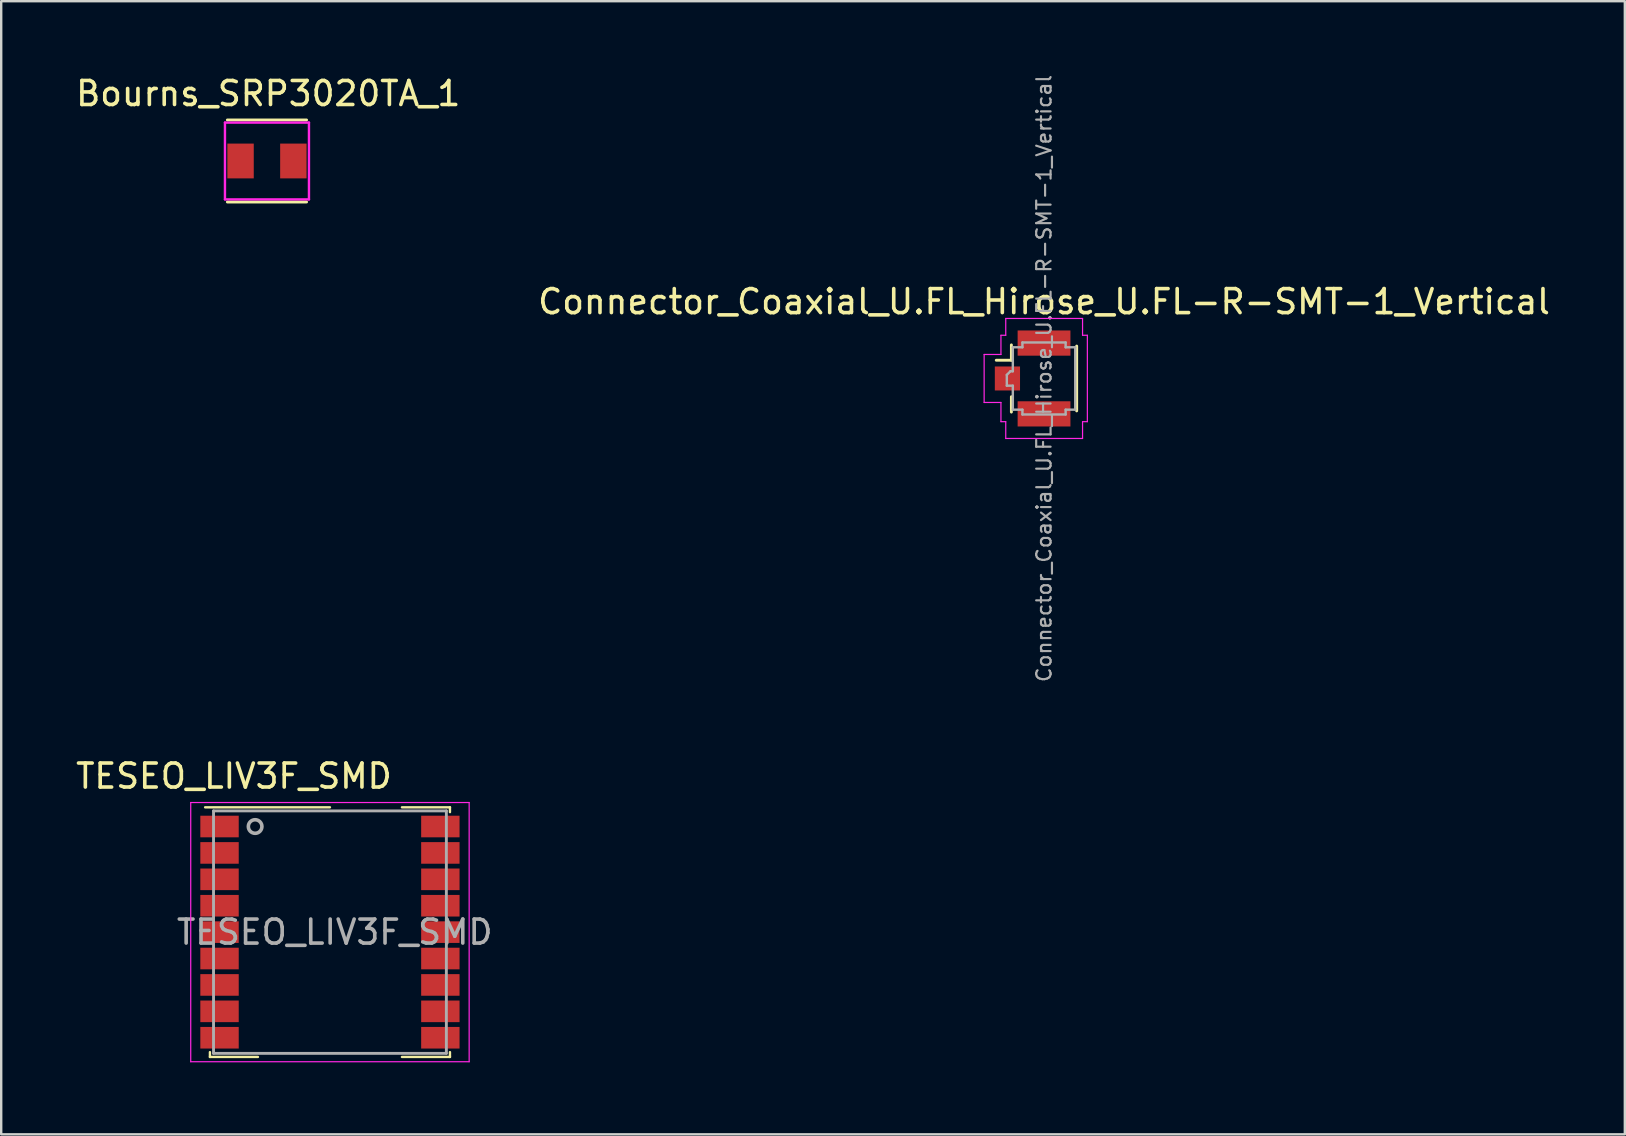
<source format=kicad_pcb>
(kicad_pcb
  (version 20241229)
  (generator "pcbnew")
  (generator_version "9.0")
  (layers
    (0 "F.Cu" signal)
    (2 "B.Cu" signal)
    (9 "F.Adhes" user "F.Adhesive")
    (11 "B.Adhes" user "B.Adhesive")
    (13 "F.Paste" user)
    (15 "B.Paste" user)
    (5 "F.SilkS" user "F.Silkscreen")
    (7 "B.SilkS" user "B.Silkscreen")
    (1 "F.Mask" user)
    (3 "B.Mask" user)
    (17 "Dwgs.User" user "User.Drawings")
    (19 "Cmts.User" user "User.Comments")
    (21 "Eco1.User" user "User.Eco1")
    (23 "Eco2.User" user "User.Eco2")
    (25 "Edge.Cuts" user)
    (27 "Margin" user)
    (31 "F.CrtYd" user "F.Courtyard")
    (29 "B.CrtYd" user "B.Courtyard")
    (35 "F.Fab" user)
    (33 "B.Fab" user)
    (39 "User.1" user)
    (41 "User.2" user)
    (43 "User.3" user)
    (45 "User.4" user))
  (footprint "Bourns_SRP3020TA_1"
    (layer "F.Cu")
    (at 8.072 3.657)
    (property "Reference" "Bourns_SRP3020TA_1" (at 0.053 -2.809 0) (layer "F.SilkS") (effects (font (size 1 1) (thickness 0.15))))
    (attr through_hole)
    (fp_line (start -1.65 -1.709) (end 1.65 -1.709) (stroke (width 0.12) (type solid)) (layer "F.SilkS"))
    (fp_line (start -1.65 1.709) (end 1.65 1.709) (stroke (width 0.12) (type solid)) (layer "F.SilkS"))
    (fp_line (start -1.75 -1.6) (end -1.75 1.6) (stroke (width 0.1) (type solid)) (layer "F.CrtYd"))
    (fp_line (start -1.75 -1.6) (end 1.75 -1.6) (stroke (width 0.1) (type solid)) (layer "F.CrtYd"))
    (fp_line (start -1.75 1.6) (end 1.75 1.6) (stroke (width 0.1) (type solid)) (layer "F.CrtYd"))
    (fp_line (start 1.75 -1.6) (end 1.75 1.6) (stroke (width 0.1) (type solid)) (layer "F.CrtYd"))
    (pad "1" smd rect (at -1.1 0) (size 1.1 1.45) (layers "F.Cu" "F.Mask" "F.Paste"))
    (pad "2" smd rect (at 1.1 0) (size 1.1 1.45) (layers "F.Cu" "F.Mask" "F.Paste")))
  (footprint "Connector_Coaxial_U.FL_Hirose_U.FL-R-SMT-1_Vertical"
    (layer "F.Cu")
    (at 39.971 12.718)
    (property "Reference" "Connector_Coaxial_U.FL_Hirose_U.FL-R-SMT-1_Vertical" (at 0.475 -3.2 0) (layer "F.SilkS") (effects (font (size 1 1) (thickness 0.15))))
    (attr smd)
    (fp_line (start -0.885 -1.4) (end -0.885 -0.76) (stroke (width 0.12) (type solid)) (layer "F.SilkS"))
    (fp_line (start -0.885 -0.76) (end -1.515 -0.76) (stroke (width 0.12) (type solid)) (layer "F.SilkS"))
    (fp_line (start -0.885 1.4) (end -0.885 0.76) (stroke (width 0.12) (type solid)) (layer "F.SilkS"))
    (fp_line (start 1.835 -1.35) (end 1.835 1.35) (stroke (width 0.12) (type solid)) (layer "F.SilkS"))
    (fp_line (start -2.02 1) (end -2.02 -1) (stroke (width 0.05) (type solid)) (layer "F.CrtYd"))
    (fp_line (start -1.32 -1.8) (end -1.12 -1.8) (stroke (width 0.05) (type solid)) (layer "F.CrtYd"))
    (fp_line (start -1.32 -1) (end -2.02 -1) (stroke (width 0.05) (type solid)) (layer "F.CrtYd"))
    (fp_line (start -1.32 -1) (end -1.32 -1.8) (stroke (width 0.05) (type solid)) (layer "F.CrtYd"))
    (fp_line (start -1.32 1) (end -2.02 1) (stroke (width 0.05) (type solid)) (layer "F.CrtYd"))
    (fp_line (start -1.32 1.8) (end -1.32 1) (stroke (width 0.05) (type solid)) (layer "F.CrtYd"))
    (fp_line (start -1.32 1.8) (end -1.12 1.8) (stroke (width 0.05) (type solid)) (layer "F.CrtYd"))
    (fp_line (start -1.12 -1.8) (end -1.12 -2.5) (stroke (width 0.05) (type solid)) (layer "F.CrtYd"))
    (fp_line (start -1.12 2.5) (end -1.12 1.8) (stroke (width 0.05) (type solid)) (layer "F.CrtYd"))
    (fp_line (start 2.08 -2.5) (end -1.12 -2.5) (stroke (width 0.05) (type solid)) (layer "F.CrtYd"))
    (fp_line (start 2.08 -1.8) (end 2.08 -2.5) (stroke (width 0.05) (type solid)) (layer "F.CrtYd"))
    (fp_line (start 2.08 -1.8) (end 2.28 -1.8) (stroke (width 0.05) (type solid)) (layer "F.CrtYd"))
    (fp_line (start 2.08 1.8) (end 2.28 1.8) (stroke (width 0.05) (type solid)) (layer "F.CrtYd"))
    (fp_line (start 2.08 2.5) (end -1.12 2.5) (stroke (width 0.05) (type solid)) (layer "F.CrtYd"))
    (fp_line (start 2.08 2.5) (end 2.08 1.8) (stroke (width 0.05) (type solid)) (layer "F.CrtYd"))
    (fp_line (start 2.28 1.8) (end 2.28 -1.8) (stroke (width 0.05) (type solid)) (layer "F.CrtYd"))
    (fp_line (start -1.075 0.3) (end -1.075 -0.15) (stroke (width 0.1) (type solid)) (layer "F.Fab"))
    (fp_line (start -1.075 0.3) (end -0.825 0.3) (stroke (width 0.1) (type solid)) (layer "F.Fab"))
    (fp_line (start -0.925 -0.3) (end -1.075 -0.15) (stroke (width 0.1) (type solid)) (layer "F.Fab"))
    (fp_line (start -0.925 -0.3) (end -0.825 -0.3) (stroke (width 0.1) (type solid)) (layer "F.Fab"))
    (fp_line (start -0.825 -0.3) (end -0.825 -1.3) (stroke (width 0.1) (type solid)) (layer "F.Fab"))
    (fp_line (start -0.825 0.3) (end -0.825 1.3) (stroke (width 0.1) (type solid)) (layer "F.Fab"))
    (fp_line (start -0.425 -1.5) (end -0.425 -1.3) (stroke (width 0.1) (type solid)) (layer "F.Fab"))
    (fp_line (start -0.425 -1.5) (end 1.375 -1.5) (stroke (width 0.1) (type solid)) (layer "F.Fab"))
    (fp_line (start -0.425 -1.3) (end -0.825 -1.3) (stroke (width 0.1) (type solid)) (layer "F.Fab"))
    (fp_line (start -0.425 1.3) (end -0.825 1.3) (stroke (width 0.1) (type solid)) (layer "F.Fab"))
    (fp_line (start -0.425 1.5) (end -0.425 1.3) (stroke (width 0.1) (type solid)) (layer "F.Fab"))
    (fp_line (start -0.425 1.5) (end 1.375 1.5) (stroke (width 0.1) (type solid)) (layer "F.Fab"))
    (fp_line (start 1.375 -1.5) (end 1.375 -1.3) (stroke (width 0.1) (type solid)) (layer "F.Fab"))
    (fp_line (start 1.375 1.5) (end 1.375 1.3) (stroke (width 0.1) (type solid)) (layer "F.Fab"))
    (fp_line (start 1.775 -1.3) (end 1.375 -1.3) (stroke (width 0.1) (type solid)) (layer "F.Fab"))
    (fp_line (start 1.775 -1.3) (end 1.775 1.3) (stroke (width 0.1) (type solid)) (layer "F.Fab"))
    (fp_line (start 1.775 1.3) (end 1.375 1.3) (stroke (width 0.1) (type solid)) (layer "F.Fab"))
    (fp_text user "${REFERENCE}" (at 0.475 0 90) (layer "F.Fab") (effects (font (size 0.6 0.6) (thickness 0.09))))
    (pad "1" smd rect (at -1.05 0) (size 1.05 1) (layers "F.Cu" "F.Mask" "F.Paste"))
    (pad "2" smd rect (at 0.475 -1.475) (size 2.2 1.05) (layers "F.Cu" "F.Mask" "F.Paste"))
    (pad "2" smd rect (at 0.475 1.475) (size 2.2 1.05) (layers "F.Cu" "F.Mask" "F.Paste")))
  (footprint "TESEO_LIV3F_SMD"
    (layer "F.Cu")
    (at 10.696 35.784)
    (property "Reference" "TESEO_LIV3F_SMD" (at -4 -6.5 0) (layer "F.SilkS") (effects (font (size 1 1) (thickness 0.15))))
    (attr smd)
    (fp_line (start -5.2 -5.2) (end 0 -5.2) (stroke (width 0.1) (type solid)) (layer "F.SilkS"))
    (fp_line (start -5 5.2) (end -5 5) (stroke (width 0.1) (type solid)) (layer "F.SilkS"))
    (fp_line (start -5 5.2) (end -3 5.2) (stroke (width 0.1) (type solid)) (layer "F.SilkS"))
    (fp_line (start 3 -5.2) (end 5 -5.2) (stroke (width 0.1) (type solid)) (layer "F.SilkS"))
    (fp_line (start 3 5.2) (end 5 5.2) (stroke (width 0.1) (type solid)) (layer "F.SilkS"))
    (fp_line (start 5 -5.2) (end 5 -5) (stroke (width 0.1) (type solid)) (layer "F.SilkS"))
    (fp_line (start 5 5.2) (end 5 5) (stroke (width 0.1) (type solid)) (layer "F.SilkS"))
    (fp_line (start -5.8 -5.4) (end 5.8 -5.4) (stroke (width 0.05) (type solid)) (layer "F.CrtYd"))
    (fp_line (start -5.8 5.4) (end -5.8 -5.4) (stroke (width 0.05) (type solid)) (layer "F.CrtYd"))
    (fp_line (start -5.8 5.4) (end 5.8 5.4) (stroke (width 0.05) (type solid)) (layer "F.CrtYd"))
    (fp_line (start 5.8 -5.4) (end 5.8 5.4) (stroke (width 0.05) (type solid)) (layer "F.CrtYd"))
    (fp_line (start -4.85 -5.05) (end 4.85 -5.05) (stroke (width 0.12) (type solid)) (layer "F.Fab"))
    (fp_line (start -4.85 5.05) (end -4.85 -5.05) (stroke (width 0.12) (type solid)) (layer "F.Fab"))
    (fp_line (start -4.85 5.05) (end 4.85 5.05) (stroke (width 0.12) (type solid)) (layer "F.Fab"))
    (fp_line (start 4.85 5.05) (end 4.85 -5.05) (stroke (width 0.12) (type solid)) (layer "F.Fab"))
    (fp_circle (center -3.117 -4.4) (end -3.317 -4.6) (stroke (width 0.15) (type solid)) (fill no) (layer "F.Fab"))
    (fp_text user "${REFERENCE}" (at 0.2 0 0) (layer "F.Fab") (effects (font (size 1 1) (thickness 0.15))))
    (pad "1" smd rect (at -4.6 -4.4) (size 1.6 0.9) (layers "F.Cu" "F.Mask" "F.Paste"))
    (pad "2" smd rect (at -4.6 -3.3) (size 1.6 0.9) (layers "F.Cu" "F.Mask" "F.Paste"))
    (pad "3" smd rect (at -4.6 -2.2) (size 1.6 0.9) (layers "F.Cu" "F.Mask" "F.Paste"))
    (pad "4" smd rect (at -4.6 -1.1) (size 1.6 0.9) (layers "F.Cu" "F.Mask" "F.Paste"))
    (pad "5" smd rect (at -4.6 0) (size 1.6 0.9) (layers "F.Cu" "F.Mask" "F.Paste"))
    (pad "6" smd rect (at -4.6 1.1) (size 1.6 0.9) (layers "F.Cu" "F.Mask" "F.Paste"))
    (pad "7" smd rect (at -4.6 2.2) (size 1.6 0.9) (layers "F.Cu" "F.Mask" "F.Paste"))
    (pad "8" smd rect (at -4.6 3.3) (size 1.6 0.9) (layers "F.Cu" "F.Mask" "F.Paste"))
    (pad "9" smd rect (at -4.6 4.4) (size 1.6 0.9) (layers "F.Cu" "F.Mask" "F.Paste"))
    (pad "10" smd rect (at 4.6 4.4) (size 1.6 0.9) (layers "F.Cu" "F.Mask" "F.Paste"))
    (pad "11" smd rect (at 4.6 3.3) (size 1.6 0.9) (layers "F.Cu" "F.Mask" "F.Paste"))
    (pad "12" smd rect (at 4.6 2.2) (size 1.6 0.9) (layers "F.Cu" "F.Mask" "F.Paste"))
    (pad "13" smd rect (at 4.6 1.1) (size 1.6 0.9) (layers "F.Cu" "F.Mask" "F.Paste"))
    (pad "14" smd rect (at 4.6 0) (size 1.6 0.9) (layers "F.Cu" "F.Mask" "F.Paste"))
    (pad "15" smd rect (at 4.6 -1.1) (size 1.6 0.9) (layers "F.Cu" "F.Mask" "F.Paste"))
    (pad "16" smd rect (at 4.6 -2.2) (size 1.6 0.9) (layers "F.Cu" "F.Mask" "F.Paste"))
    (pad "17" smd rect (at 4.6 -3.3) (size 1.6 0.9) (layers "F.Cu" "F.Mask" "F.Paste"))
    (pad "18" smd rect (at 4.6 -4.4) (size 1.6 0.9) (layers "F.Cu" "F.Mask" "F.Paste")))
  (gr_rect
    (start -3 -3)
    (end 64.643 44.209)
    (stroke (width 0.1) (type default))
    (fill no)
    (layer "Edge.Cuts")))
</source>
